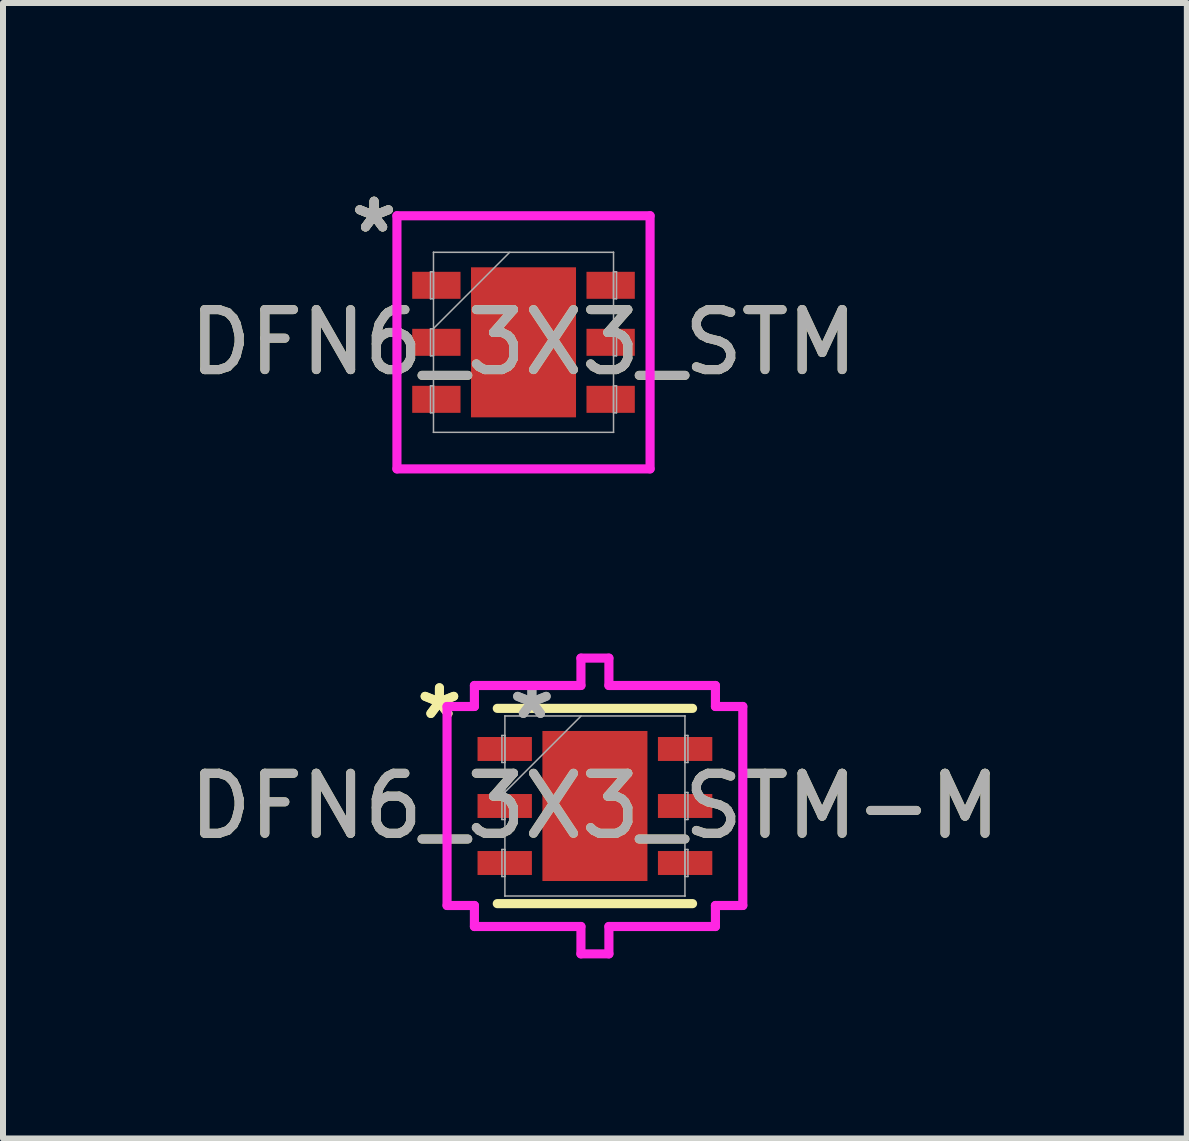
<source format=kicad_pcb>
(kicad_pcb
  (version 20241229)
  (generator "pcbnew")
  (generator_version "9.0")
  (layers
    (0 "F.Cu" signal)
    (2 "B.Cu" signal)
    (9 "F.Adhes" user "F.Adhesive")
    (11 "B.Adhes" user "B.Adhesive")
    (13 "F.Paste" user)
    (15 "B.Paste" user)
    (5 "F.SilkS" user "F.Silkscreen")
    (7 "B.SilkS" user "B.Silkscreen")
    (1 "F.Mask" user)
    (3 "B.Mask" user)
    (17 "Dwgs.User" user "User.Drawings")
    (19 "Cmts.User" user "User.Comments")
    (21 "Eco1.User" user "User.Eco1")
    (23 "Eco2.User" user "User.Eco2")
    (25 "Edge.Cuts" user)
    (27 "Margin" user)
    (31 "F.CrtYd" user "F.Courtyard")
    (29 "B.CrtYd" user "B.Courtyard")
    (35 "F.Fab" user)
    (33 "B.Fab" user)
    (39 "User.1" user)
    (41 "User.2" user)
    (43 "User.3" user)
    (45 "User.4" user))
  (footprint "DFN6_3X3_STM"
    (layer "F.Cu")
    (at 5.673 2.654)
    (property "Reference" "DFN6_3X3_STM" (at 0 0 0) (unlocked yes) (layer "F.SilkS") (effects (font (size 1 1) (thickness 0.15))))
    (attr smd)
    (fp_poly (pts (xy -0.875 -1.25) (xy -0.875 1.25) (xy 0.875 1.25) (xy 0.875 -1.25)) (stroke (width 0) (type solid)) (fill yes) (layer "F.Paste"))
    (fp_line (start -2.109 -2.109) (end 2.109 -2.109) (stroke (width 0.152) (type solid)) (layer "F.CrtYd"))
    (fp_line (start -2.109 2.109) (end -2.109 -2.109) (stroke (width 0.152) (type solid)) (layer "F.CrtYd"))
    (fp_line (start 2.109 -2.109) (end 2.109 2.109) (stroke (width 0.152) (type solid)) (layer "F.CrtYd"))
    (fp_line (start 2.109 2.109) (end -2.109 2.109) (stroke (width 0.152) (type solid)) (layer "F.CrtYd"))
    (fp_line (start -1.55 -1.175) (end -1.55 -0.725) (stroke (width 0.025) (type solid)) (layer "F.Fab"))
    (fp_line (start -1.55 -0.725) (end -1.5 -0.725) (stroke (width 0.025) (type solid)) (layer "F.Fab"))
    (fp_line (start -1.55 -0.225) (end -1.55 0.225) (stroke (width 0.025) (type solid)) (layer "F.Fab"))
    (fp_line (start -1.55 0.225) (end -1.5 0.225) (stroke (width 0.025) (type solid)) (layer "F.Fab"))
    (fp_line (start -1.55 0.725) (end -1.55 1.175) (stroke (width 0.025) (type solid)) (layer "F.Fab"))
    (fp_line (start -1.55 1.175) (end -1.5 1.175) (stroke (width 0.025) (type solid)) (layer "F.Fab"))
    (fp_line (start -1.5 -1.5) (end -1.5 -1.5) (stroke (width 0.025) (type solid)) (layer "F.Fab"))
    (fp_line (start -1.5 -1.5) (end -1.5 1.5) (stroke (width 0.025) (type solid)) (layer "F.Fab"))
    (fp_line (start -1.5 -1.175) (end -1.55 -1.175) (stroke (width 0.025) (type solid)) (layer "F.Fab"))
    (fp_line (start -1.5 -0.725) (end -1.5 -1.175) (stroke (width 0.025) (type solid)) (layer "F.Fab"))
    (fp_line (start -1.5 -0.23) (end -0.23 -1.5) (stroke (width 0.025) (type solid)) (layer "F.Fab"))
    (fp_line (start -1.5 -0.225) (end -1.55 -0.225) (stroke (width 0.025) (type solid)) (layer "F.Fab"))
    (fp_line (start -1.5 0.225) (end -1.5 -0.225) (stroke (width 0.025) (type solid)) (layer "F.Fab"))
    (fp_line (start -1.5 0.725) (end -1.55 0.725) (stroke (width 0.025) (type solid)) (layer "F.Fab"))
    (fp_line (start -1.5 1.175) (end -1.5 0.725) (stroke (width 0.025) (type solid)) (layer "F.Fab"))
    (fp_line (start -1.5 1.5) (end -1.5 1.5) (stroke (width 0.025) (type solid)) (layer "F.Fab"))
    (fp_line (start -1.5 1.5) (end 1.5 1.5) (stroke (width 0.025) (type solid)) (layer "F.Fab"))
    (fp_line (start 1.5 -1.5) (end -1.5 -1.5) (stroke (width 0.025) (type solid)) (layer "F.Fab"))
    (fp_line (start 1.5 -1.5) (end 1.5 -1.5) (stroke (width 0.025) (type solid)) (layer "F.Fab"))
    (fp_line (start 1.5 -1.175) (end 1.5 -0.725) (stroke (width 0.025) (type solid)) (layer "F.Fab"))
    (fp_line (start 1.5 -0.725) (end 1.55 -0.725) (stroke (width 0.025) (type solid)) (layer "F.Fab"))
    (fp_line (start 1.5 -0.225) (end 1.5 0.225) (stroke (width 0.025) (type solid)) (layer "F.Fab"))
    (fp_line (start 1.5 0.225) (end 1.55 0.225) (stroke (width 0.025) (type solid)) (layer "F.Fab"))
    (fp_line (start 1.5 0.725) (end 1.5 1.175) (stroke (width 0.025) (type solid)) (layer "F.Fab"))
    (fp_line (start 1.5 1.175) (end 1.55 1.175) (stroke (width 0.025) (type solid)) (layer "F.Fab"))
    (fp_line (start 1.5 1.5) (end 1.5 -1.5) (stroke (width 0.025) (type solid)) (layer "F.Fab"))
    (fp_line (start 1.5 1.5) (end 1.5 1.5) (stroke (width 0.025) (type solid)) (layer "F.Fab"))
    (fp_line (start 1.55 -1.175) (end 1.5 -1.175) (stroke (width 0.025) (type solid)) (layer "F.Fab"))
    (fp_line (start 1.55 -0.725) (end 1.55 -1.175) (stroke (width 0.025) (type solid)) (layer "F.Fab"))
    (fp_line (start 1.55 -0.225) (end 1.5 -0.225) (stroke (width 0.025) (type solid)) (layer "F.Fab"))
    (fp_line (start 1.55 0.225) (end 1.55 -0.225) (stroke (width 0.025) (type solid)) (layer "F.Fab"))
    (fp_line (start 1.55 0.725) (end 1.5 0.725) (stroke (width 0.025) (type solid)) (layer "F.Fab"))
    (fp_line (start 1.55 1.175) (end 1.55 0.725) (stroke (width 0.025) (type solid)) (layer "F.Fab"))
    (fp_text user "*" (at -2.49 -1.806 0) (unlocked yes) (layer "F.SilkS") (effects (font (size 1 1) (thickness 0.15))))
    (fp_text user "*" (at -2.49 -1.806 0) (layer "F.SilkS") (effects (font (size 1 1) (thickness 0.15))))
    (fp_text user "${REFERENCE}" (at 0 0 0) (unlocked yes) (layer "F.Fab") (effects (font (size 1 1) (thickness 0.15))))
    (fp_text user "*" (at -2.49 -1.806 0) (layer "F.Fab") (effects (font (size 1 1) (thickness 0.15))))
    (fp_text user "*" (at -2.49 -1.806 0) (unlocked yes) (layer "F.Fab") (effects (font (size 1 1) (thickness 0.15))))
    (pad "1" smd rect (at -1.452 -0.95 90) (size 0.45 0.805) (layers "F.Cu" "F.Mask" "F.Paste"))
    (pad "2" smd rect (at -1.452 0 90) (size 0.45 0.805) (layers "F.Cu" "F.Mask" "F.Paste"))
    (pad "3" smd rect (at -1.452 0.95 90) (size 0.45 0.805) (layers "F.Cu" "F.Mask" "F.Paste"))
    (pad "4" smd rect (at 1.452 0.95 90) (size 0.45 0.805) (layers "F.Cu" "F.Mask" "F.Paste"))
    (pad "5" smd rect (at 1.452 0 90) (size 0.45 0.805) (layers "F.Cu" "F.Mask" "F.Paste"))
    (pad "6" smd rect (at 1.452 -0.95 90) (size 0.45 0.805) (layers "F.Cu" "F.Mask" "F.Paste"))
    (pad "7" smd rect (at 0 0) (size 1.75 2.5) (layers "F.Cu" "F.Mask" "F.Paste")))
  (footprint "DFN6_3X3_STM-M"
    (layer "F.Cu")
    (at 6.863 10.38)
    (property "Reference" "DFN6_3X3_STM-M" (at 0 0 0) (unlocked yes) (layer "F.SilkS") (effects (font (size 1 1) (thickness 0.15))))
    (attr smd)
    (fp_line (start -1.627 1.627) (end 1.627 1.627) (stroke (width 0.152) (type solid)) (layer "F.SilkS"))
    (fp_line (start 1.627 -1.627) (end -1.627 -1.627) (stroke (width 0.152) (type solid)) (layer "F.SilkS"))
    (fp_line (start -2.464 -1.658) (end -2.008 -1.658) (stroke (width 0.152) (type solid)) (layer "F.CrtYd"))
    (fp_line (start -2.464 1.658) (end -2.464 -1.658) (stroke (width 0.152) (type solid)) (layer "F.CrtYd"))
    (fp_line (start -2.008 -2.008) (end -0.233 -2.008) (stroke (width 0.152) (type solid)) (layer "F.CrtYd"))
    (fp_line (start -2.008 -1.658) (end -2.008 -2.008) (stroke (width 0.152) (type solid)) (layer "F.CrtYd"))
    (fp_line (start -2.008 1.658) (end -2.464 1.658) (stroke (width 0.152) (type solid)) (layer "F.CrtYd"))
    (fp_line (start -2.008 2.008) (end -2.008 1.658) (stroke (width 0.152) (type solid)) (layer "F.CrtYd"))
    (fp_line (start -0.233 -2.464) (end 0.233 -2.464) (stroke (width 0.152) (type solid)) (layer "F.CrtYd"))
    (fp_line (start -0.233 -2.008) (end -0.233 -2.464) (stroke (width 0.152) (type solid)) (layer "F.CrtYd"))
    (fp_line (start -0.233 2.008) (end -2.008 2.008) (stroke (width 0.152) (type solid)) (layer "F.CrtYd"))
    (fp_line (start -0.233 2.464) (end -0.233 2.008) (stroke (width 0.152) (type solid)) (layer "F.CrtYd"))
    (fp_line (start 0.233 -2.464) (end 0.233 -2.008) (stroke (width 0.152) (type solid)) (layer "F.CrtYd"))
    (fp_line (start 0.233 -2.008) (end 2.008 -2.008) (stroke (width 0.152) (type solid)) (layer "F.CrtYd"))
    (fp_line (start 0.233 2.008) (end 0.233 2.464) (stroke (width 0.152) (type solid)) (layer "F.CrtYd"))
    (fp_line (start 0.233 2.464) (end -0.233 2.464) (stroke (width 0.152) (type solid)) (layer "F.CrtYd"))
    (fp_line (start 2.008 -2.008) (end 2.008 -1.658) (stroke (width 0.152) (type solid)) (layer "F.CrtYd"))
    (fp_line (start 2.008 -1.658) (end 2.464 -1.658) (stroke (width 0.152) (type solid)) (layer "F.CrtYd"))
    (fp_line (start 2.008 1.658) (end 2.008 2.008) (stroke (width 0.152) (type solid)) (layer "F.CrtYd"))
    (fp_line (start 2.008 2.008) (end 0.233 2.008) (stroke (width 0.152) (type solid)) (layer "F.CrtYd"))
    (fp_line (start 2.464 -1.658) (end 2.464 1.658) (stroke (width 0.152) (type solid)) (layer "F.CrtYd"))
    (fp_line (start 2.464 1.658) (end 2.008 1.658) (stroke (width 0.152) (type solid)) (layer "F.CrtYd"))
    (fp_line (start -1.55 -1.175) (end -1.55 -0.725) (stroke (width 0.025) (type solid)) (layer "F.Fab"))
    (fp_line (start -1.55 -0.725) (end -1.5 -0.725) (stroke (width 0.025) (type solid)) (layer "F.Fab"))
    (fp_line (start -1.55 -0.225) (end -1.55 0.225) (stroke (width 0.025) (type solid)) (layer "F.Fab"))
    (fp_line (start -1.55 0.225) (end -1.5 0.225) (stroke (width 0.025) (type solid)) (layer "F.Fab"))
    (fp_line (start -1.55 0.725) (end -1.55 1.175) (stroke (width 0.025) (type solid)) (layer "F.Fab"))
    (fp_line (start -1.55 1.175) (end -1.5 1.175) (stroke (width 0.025) (type solid)) (layer "F.Fab"))
    (fp_line (start -1.5 -1.5) (end -1.5 -1.5) (stroke (width 0.025) (type solid)) (layer "F.Fab"))
    (fp_line (start -1.5 -1.5) (end -1.5 1.5) (stroke (width 0.025) (type solid)) (layer "F.Fab"))
    (fp_line (start -1.5 -1.175) (end -1.55 -1.175) (stroke (width 0.025) (type solid)) (layer "F.Fab"))
    (fp_line (start -1.5 -0.725) (end -1.5 -1.175) (stroke (width 0.025) (type solid)) (layer "F.Fab"))
    (fp_line (start -1.5 -0.23) (end -0.23 -1.5) (stroke (width 0.025) (type solid)) (layer "F.Fab"))
    (fp_line (start -1.5 -0.225) (end -1.55 -0.225) (stroke (width 0.025) (type solid)) (layer "F.Fab"))
    (fp_line (start -1.5 0.225) (end -1.5 -0.225) (stroke (width 0.025) (type solid)) (layer "F.Fab"))
    (fp_line (start -1.5 0.725) (end -1.55 0.725) (stroke (width 0.025) (type solid)) (layer "F.Fab"))
    (fp_line (start -1.5 1.175) (end -1.5 0.725) (stroke (width 0.025) (type solid)) (layer "F.Fab"))
    (fp_line (start -1.5 1.5) (end -1.5 1.5) (stroke (width 0.025) (type solid)) (layer "F.Fab"))
    (fp_line (start -1.5 1.5) (end 1.5 1.5) (stroke (width 0.025) (type solid)) (layer "F.Fab"))
    (fp_line (start 1.5 -1.5) (end -1.5 -1.5) (stroke (width 0.025) (type solid)) (layer "F.Fab"))
    (fp_line (start 1.5 -1.5) (end 1.5 -1.5) (stroke (width 0.025) (type solid)) (layer "F.Fab"))
    (fp_line (start 1.5 -1.175) (end 1.5 -0.725) (stroke (width 0.025) (type solid)) (layer "F.Fab"))
    (fp_line (start 1.5 -0.725) (end 1.55 -0.725) (stroke (width 0.025) (type solid)) (layer "F.Fab"))
    (fp_line (start 1.5 -0.225) (end 1.5 0.225) (stroke (width 0.025) (type solid)) (layer "F.Fab"))
    (fp_line (start 1.5 0.225) (end 1.55 0.225) (stroke (width 0.025) (type solid)) (layer "F.Fab"))
    (fp_line (start 1.5 0.725) (end 1.5 1.175) (stroke (width 0.025) (type solid)) (layer "F.Fab"))
    (fp_line (start 1.5 1.175) (end 1.55 1.175) (stroke (width 0.025) (type solid)) (layer "F.Fab"))
    (fp_line (start 1.5 1.5) (end 1.5 -1.5) (stroke (width 0.025) (type solid)) (layer "F.Fab"))
    (fp_line (start 1.5 1.5) (end 1.5 1.5) (stroke (width 0.025) (type solid)) (layer "F.Fab"))
    (fp_line (start 1.55 -1.175) (end 1.5 -1.175) (stroke (width 0.025) (type solid)) (layer "F.Fab"))
    (fp_line (start 1.55 -0.725) (end 1.55 -1.175) (stroke (width 0.025) (type solid)) (layer "F.Fab"))
    (fp_line (start 1.55 -0.225) (end 1.5 -0.225) (stroke (width 0.025) (type solid)) (layer "F.Fab"))
    (fp_line (start 1.55 0.225) (end 1.55 -0.225) (stroke (width 0.025) (type solid)) (layer "F.Fab"))
    (fp_line (start 1.55 0.725) (end 1.5 0.725) (stroke (width 0.025) (type solid)) (layer "F.Fab"))
    (fp_line (start 1.55 1.175) (end 1.55 0.725) (stroke (width 0.025) (type solid)) (layer "F.Fab"))
    (fp_text user "*" (at -2.591 -1.425 0) (unlocked yes) (layer "F.SilkS") (effects (font (size 1 1) (thickness 0.15))))
    (fp_text user "*" (at -2.591 -1.425 0) (layer "F.SilkS") (effects (font (size 1 1) (thickness 0.15))))
    (fp_text user "*" (at -1.05 -1.425 0) (layer "F.Fab") (effects (font (size 1 1) (thickness 0.15))))
    (fp_text user "${REFERENCE}" (at 0 0 0) (unlocked yes) (layer "F.Fab") (effects (font (size 1 1) (thickness 0.15))))
    (fp_text user "*" (at -1.05 -1.425 0) (unlocked yes) (layer "F.Fab") (effects (font (size 1 1) (thickness 0.15))))
    (pad "1" smd rect (at -1.503 -0.95 90) (size 0.399 0.906) (layers "F.Cu" "F.Mask" "F.Paste"))
    (pad "2" smd rect (at -1.503 0 90) (size 0.399 0.906) (layers "F.Cu" "F.Mask" "F.Paste"))
    (pad "3" smd rect (at -1.503 0.95 90) (size 0.399 0.906) (layers "F.Cu" "F.Mask" "F.Paste"))
    (pad "4" smd rect (at 1.503 0.95 90) (size 0.399 0.906) (layers "F.Cu" "F.Mask" "F.Paste"))
    (pad "5" smd rect (at 1.503 0 90) (size 0.399 0.906) (layers "F.Cu" "F.Mask" "F.Paste"))
    (pad "6" smd rect (at 1.503 -0.95 90) (size 0.399 0.906) (layers "F.Cu" "F.Mask" "F.Paste"))
    (pad "7" smd rect (at 0 0) (size 1.75 2.5) (layers "F.Cu" "F.Mask" "F.Paste")))
  (gr_rect
    (start -3 -3)
    (end 16.726 15.92)
    (stroke (width 0.1) (type default))
    (fill no)
    (layer "Edge.Cuts")))
</source>
